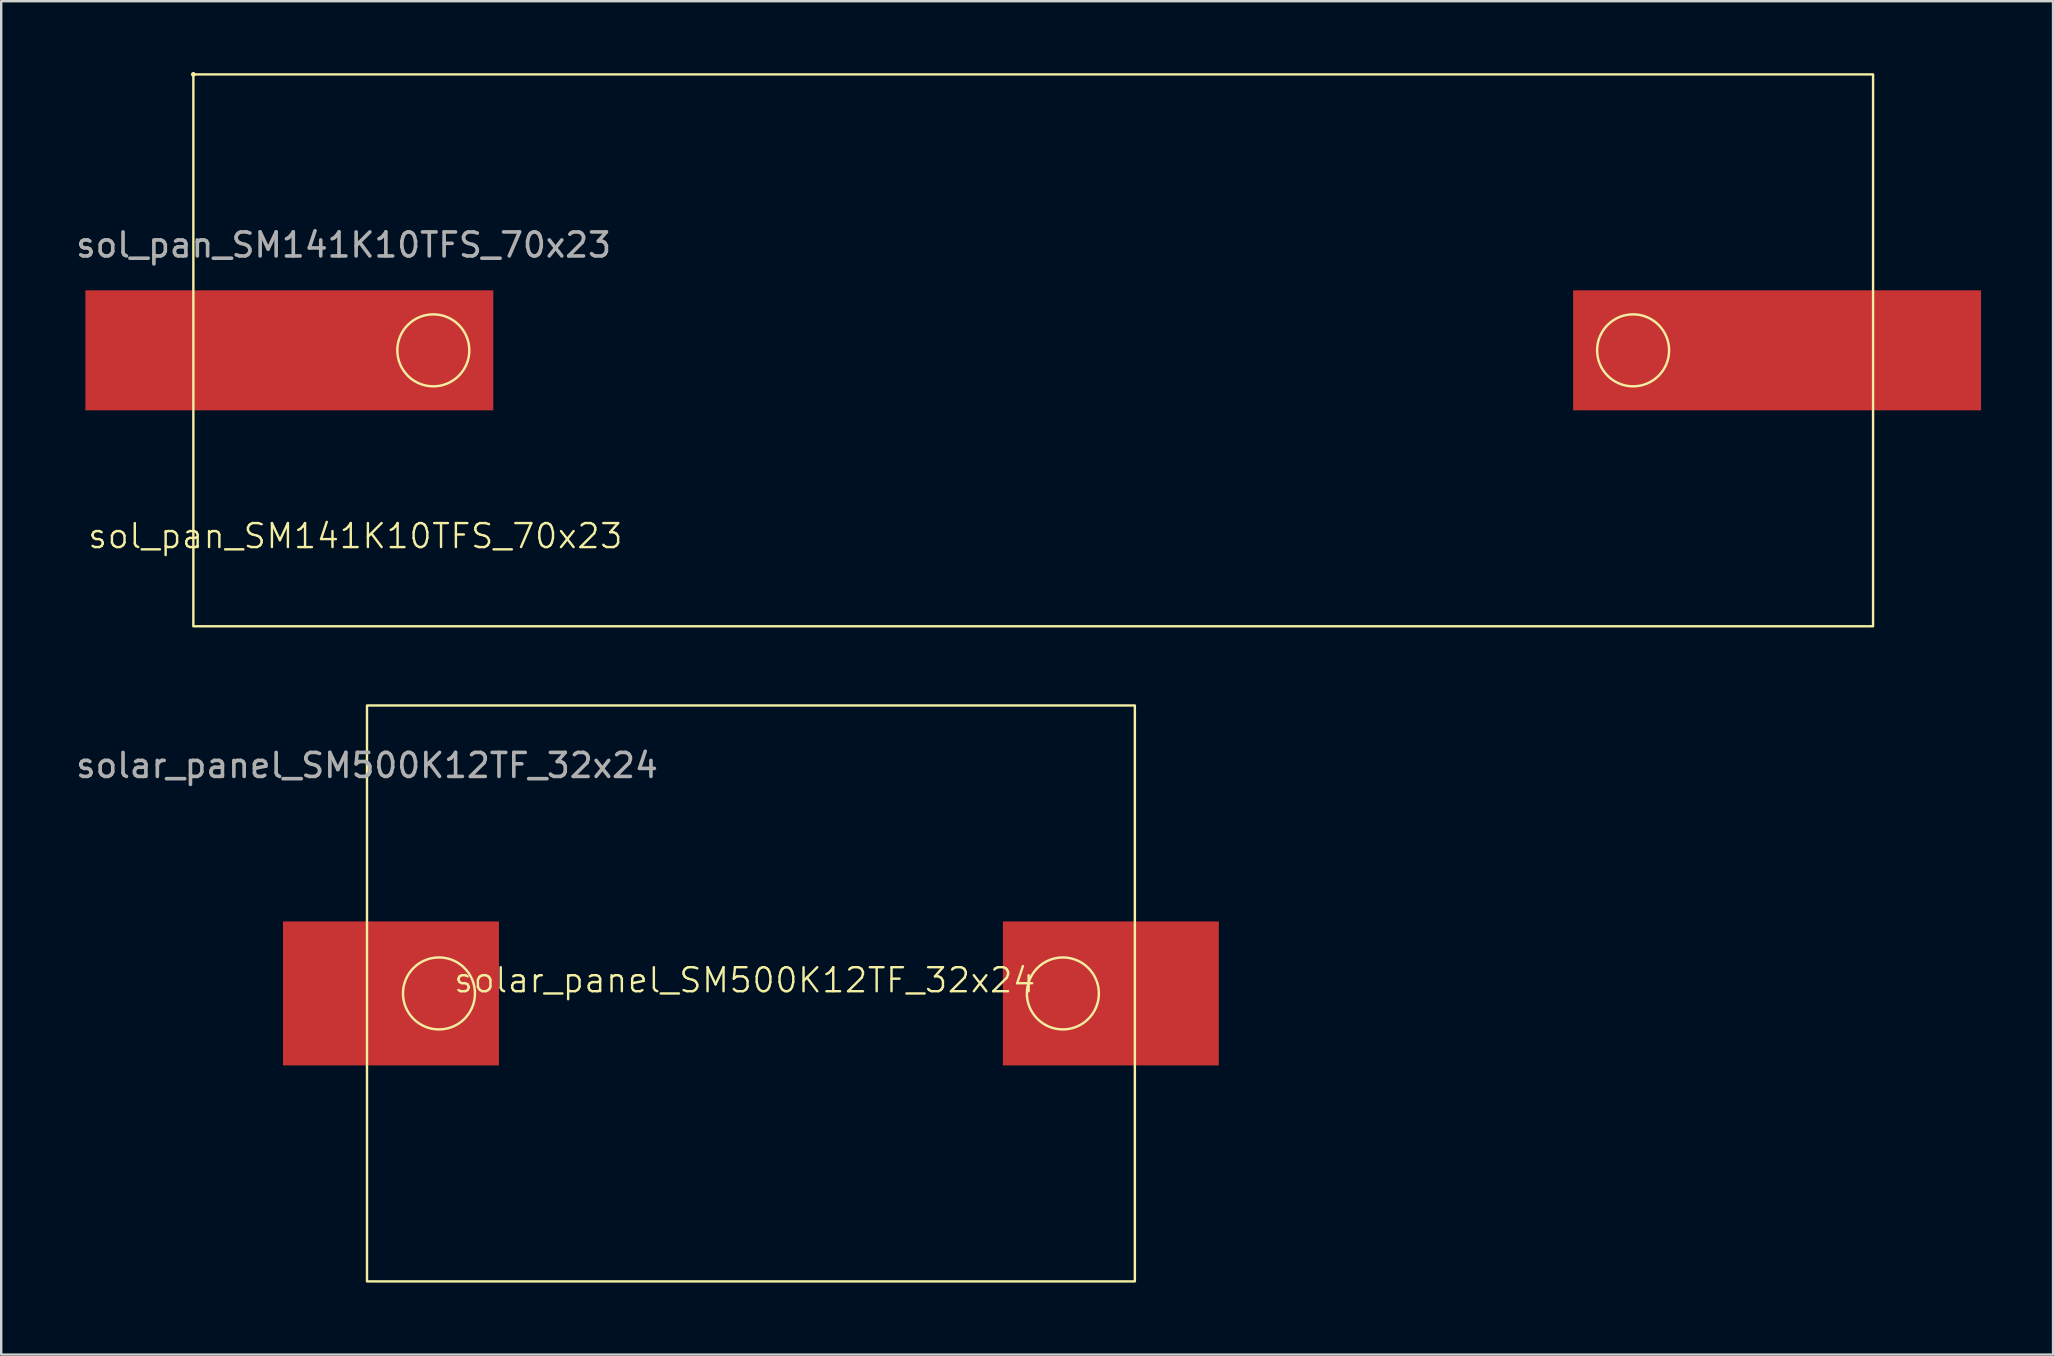
<source format=kicad_pcb>
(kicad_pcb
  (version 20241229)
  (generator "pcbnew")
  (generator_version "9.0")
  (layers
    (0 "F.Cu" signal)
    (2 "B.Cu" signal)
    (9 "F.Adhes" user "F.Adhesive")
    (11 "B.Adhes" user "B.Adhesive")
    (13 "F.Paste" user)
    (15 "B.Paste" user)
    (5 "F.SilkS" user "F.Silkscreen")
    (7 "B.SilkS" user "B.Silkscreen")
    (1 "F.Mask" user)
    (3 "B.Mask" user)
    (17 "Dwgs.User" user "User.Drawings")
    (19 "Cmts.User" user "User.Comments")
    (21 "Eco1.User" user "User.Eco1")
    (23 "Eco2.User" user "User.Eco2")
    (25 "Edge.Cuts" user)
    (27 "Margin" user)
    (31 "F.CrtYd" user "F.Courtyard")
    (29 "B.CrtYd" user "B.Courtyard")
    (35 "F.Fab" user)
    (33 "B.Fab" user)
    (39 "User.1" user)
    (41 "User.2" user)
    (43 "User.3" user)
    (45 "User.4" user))
  (footprint "sol_pan_SM141K10TFS_70x23"
    (layer "F.Cu")
    (at 11.588 9.14)
    (property "Reference" "sol_pan_SM141K10TFS_70x23" (at 0.17 10.15 0) (unlocked yes) (layer "F.SilkS") (effects (font (size 1 1) (thickness 0.1))))
    (attr smd)
    (fp_rect (start -6.58 -9.09) (end 63.42 13.91) (stroke (width 0.1) (type default)) (fill no) (layer "F.SilkS"))
    (fp_circle (center -6.58 -9.09) (end -6.58 -9.09) (stroke (width 0.1) (type default)) (fill no) (layer "F.SilkS"))
    (fp_circle (center 3.42 2.41) (end 4.92 2.41) (stroke (width 0.1) (type default)) (fill no) (layer "F.SilkS"))
    (fp_circle (center 53.42 2.41) (end 54.92 2.41) (stroke (width 0.1) (type default)) (fill no) (layer "F.SilkS"))
    (fp_text user "${REFERENCE}" (at -0.32 -1.98 0) (unlocked yes) (layer "F.Fab") (effects (font (size 1 1) (thickness 0.15))))
    (pad "1" smd rect (at -2.58 2.41) (size 17 5) (layers "F.Cu" "F.Mask" "F.Paste"))
    (pad "2" smd rect (at 59.42 2.41) (size 17 5) (layers "F.Cu" "F.Mask" "F.Paste")))
  (footprint "solar_panel_SM500K12TF_32x24"
    (layer "F.Cu")
    (at 12.244 26.35)
    (property "Reference" "solar_panel_SM500K12TF_32x24" (at 15.74 11.45 0) (unlocked yes) (layer "F.SilkS") (effects (font (size 1 1) (thickness 0.1))))
    (attr smd)
    (fp_rect (start 0 0) (end 32 24) (stroke (width 0.1) (type default)) (fill no) (layer "F.SilkS"))
    (fp_circle (center 3 12) (end 4.5 12) (stroke (width 0.1) (type default)) (fill no) (layer "F.SilkS"))
    (fp_circle (center 29 12) (end 30.5 12) (stroke (width 0.1) (type default)) (fill no) (layer "F.SilkS"))
    (fp_text user "${REFERENCE}" (at 0 2.5 0) (unlocked yes) (layer "F.Fab") (effects (font (size 1 1) (thickness 0.15))))
    (pad "1" smd rect (at 1 12) (size 9 6) (layers "F.Cu" "F.Mask" "F.Paste"))
    (pad "2" smd rect (at 31 12) (size 9 6) (layers "F.Cu" "F.Mask" "F.Paste")))
  (gr_rect
    (start -3 -3)
    (end 82.508 53.4)
    (stroke (width 0.1) (type default))
    (fill no)
    (layer "Edge.Cuts")))
</source>
